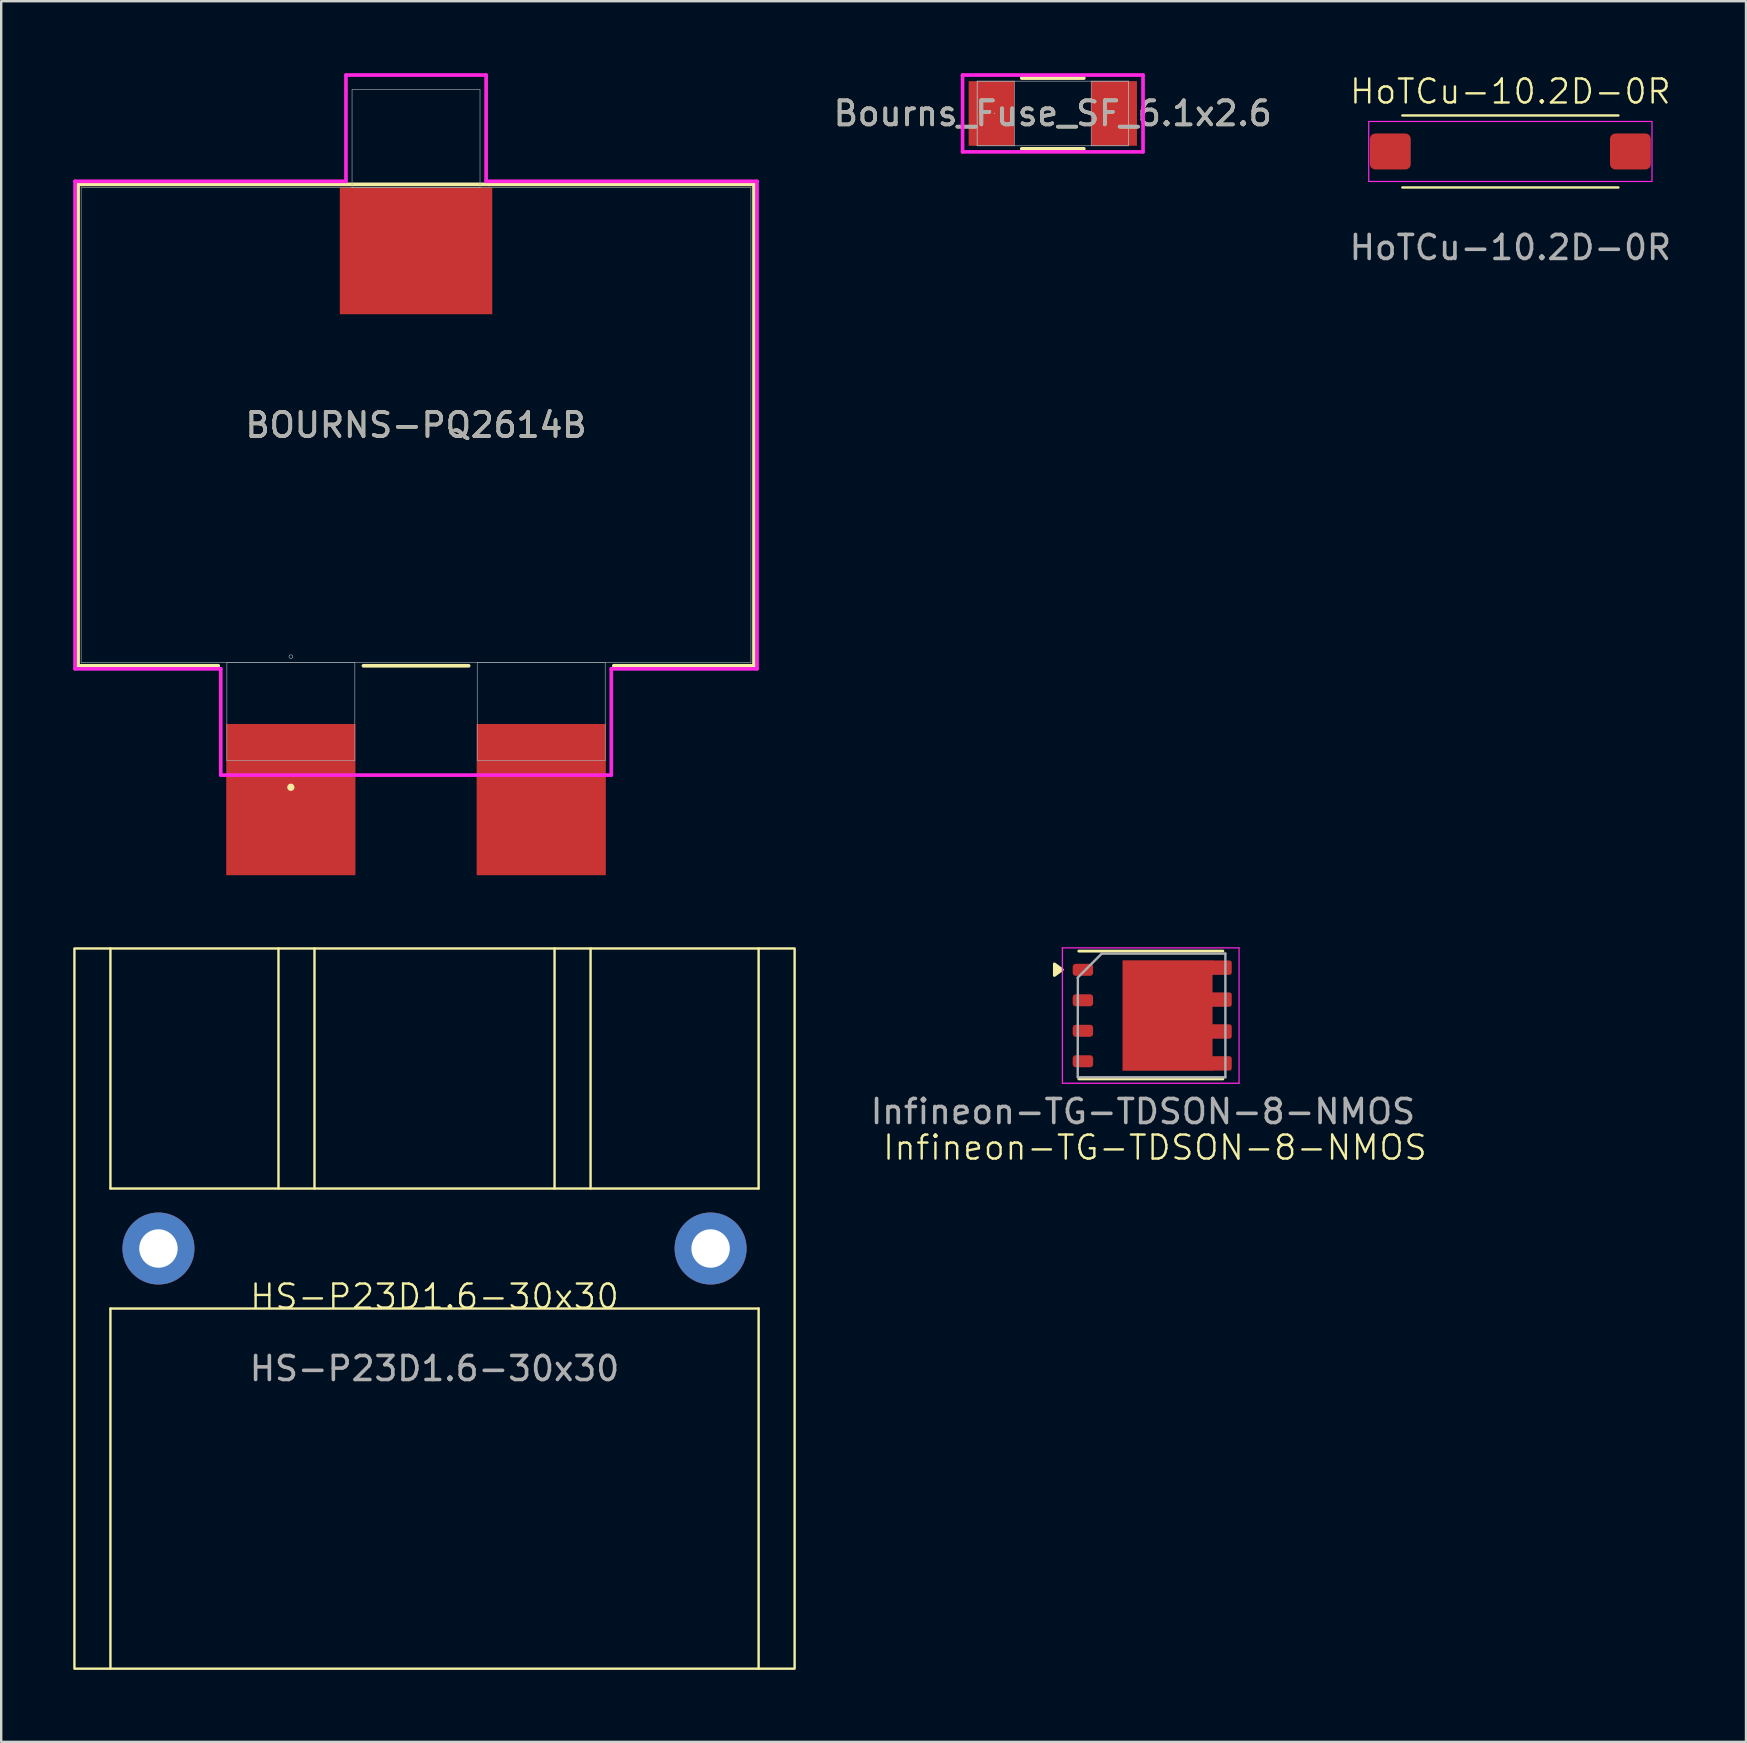
<source format=kicad_pcb>
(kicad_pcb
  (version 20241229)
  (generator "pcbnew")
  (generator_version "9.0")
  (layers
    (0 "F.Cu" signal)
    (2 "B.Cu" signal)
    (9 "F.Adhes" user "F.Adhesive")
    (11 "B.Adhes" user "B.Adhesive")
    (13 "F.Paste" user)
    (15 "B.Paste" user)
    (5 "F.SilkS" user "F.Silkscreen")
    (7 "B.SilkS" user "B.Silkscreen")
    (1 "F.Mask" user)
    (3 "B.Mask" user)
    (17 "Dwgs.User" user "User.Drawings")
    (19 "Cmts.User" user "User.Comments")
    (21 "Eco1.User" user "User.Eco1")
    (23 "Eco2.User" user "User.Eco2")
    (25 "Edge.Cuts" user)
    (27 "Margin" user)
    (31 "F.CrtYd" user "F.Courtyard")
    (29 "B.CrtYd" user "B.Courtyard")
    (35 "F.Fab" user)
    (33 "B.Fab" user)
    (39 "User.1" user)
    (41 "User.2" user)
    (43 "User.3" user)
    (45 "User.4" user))
  (footprint "BOURNS-PQ2614B"
    (layer "F.Cu")
    (at 14.28 14.656)
    (property "Reference" "BOURNS-PQ2614B" (at 0 0 0) (unlocked yes) (layer "F.SilkS") (effects (font (size 1 1) (thickness 0.15))))
    (attr smd)
    (fp_line (start -14.077 -10.027) (end -14.077 10.027) (stroke (width 0.152) (type solid)) (layer "F.SilkS"))
    (fp_line (start -14.077 10.027) (end -8.238 10.027) (stroke (width 0.152) (type solid)) (layer "F.SilkS"))
    (fp_line (start -2.192 10.027) (end 2.192 10.027) (stroke (width 0.152) (type solid)) (layer "F.SilkS"))
    (fp_line (start 3.023 -10.027) (end -14.077 -10.027) (stroke (width 0.152) (type solid)) (layer "F.SilkS"))
    (fp_line (start 8.238 10.027) (end 14.077 10.027) (stroke (width 0.152) (type solid)) (layer "F.SilkS"))
    (fp_line (start 14.077 -10.027) (end 3.023 -10.027) (stroke (width 0.152) (type solid)) (layer "F.SilkS"))
    (fp_line (start 14.077 10.027) (end 14.077 -10.027) (stroke (width 0.152) (type solid)) (layer "F.SilkS"))
    (fp_circle (center -5.215 15.088) (end -5.139 15.088) (stroke (width 0.152) (type solid)) (fill no) (layer "F.SilkS"))
    (fp_line (start -14.204 -10.154) (end -2.919 -10.154) (stroke (width 0.152) (type solid)) (layer "F.CrtYd"))
    (fp_line (start -14.204 10.154) (end -14.204 -10.154) (stroke (width 0.152) (type solid)) (layer "F.CrtYd"))
    (fp_line (start -14.204 10.154) (end -8.134 10.154) (stroke (width 0.152) (type solid)) (layer "F.CrtYd"))
    (fp_line (start -8.134 10.154) (end -8.134 14.58) (stroke (width 0.152) (type solid)) (layer "F.CrtYd"))
    (fp_line (start -8.134 14.58) (end 8.134 14.58) (stroke (width 0.152) (type solid)) (layer "F.CrtYd"))
    (fp_line (start -2.919 -14.58) (end 2.919 -14.58) (stroke (width 0.152) (type solid)) (layer "F.CrtYd"))
    (fp_line (start -2.919 -10.154) (end -2.919 -14.58) (stroke (width 0.152) (type solid)) (layer "F.CrtYd"))
    (fp_line (start 2.919 -10.154) (end 2.919 -14.58) (stroke (width 0.152) (type solid)) (layer "F.CrtYd"))
    (fp_line (start 8.134 10.154) (end 8.134 14.58) (stroke (width 0.152) (type solid)) (layer "F.CrtYd"))
    (fp_line (start 14.204 -10.154) (end 2.919 -10.154) (stroke (width 0.152) (type solid)) (layer "F.CrtYd"))
    (fp_line (start 14.204 -10.154) (end 14.204 10.154) (stroke (width 0.152) (type solid)) (layer "F.CrtYd"))
    (fp_line (start 14.204 10.154) (end 8.134 10.154) (stroke (width 0.152) (type solid)) (layer "F.CrtYd"))
    (fp_line (start -13.95 -9.9) (end -13.95 9.9) (stroke (width 0.025) (type solid)) (layer "F.Fab"))
    (fp_line (start -13.95 9.9) (end 13.95 9.9) (stroke (width 0.025) (type solid)) (layer "F.Fab"))
    (fp_line (start -7.88 9.9) (end -7.88 13.97) (stroke (width 0.025) (type solid)) (layer "F.Fab"))
    (fp_line (start -7.88 13.97) (end -2.55 13.97) (stroke (width 0.025) (type solid)) (layer "F.Fab"))
    (fp_line (start -2.665 -13.97) (end -2.665 -9.9) (stroke (width 0.025) (type solid)) (layer "F.Fab"))
    (fp_line (start -2.665 -9.9) (end 2.665 -9.9) (stroke (width 0.025) (type solid)) (layer "F.Fab"))
    (fp_line (start -2.55 9.9) (end -7.88 9.9) (stroke (width 0.025) (type solid)) (layer "F.Fab"))
    (fp_line (start -2.55 13.97) (end -2.55 9.9) (stroke (width 0.025) (type solid)) (layer "F.Fab"))
    (fp_line (start 2.55 9.9) (end 2.55 13.97) (stroke (width 0.025) (type solid)) (layer "F.Fab"))
    (fp_line (start 2.55 13.97) (end 7.88 13.97) (stroke (width 0.025) (type solid)) (layer "F.Fab"))
    (fp_line (start 2.665 -13.97) (end -2.665 -13.97) (stroke (width 0.025) (type solid)) (layer "F.Fab"))
    (fp_line (start 2.665 -9.9) (end 2.665 -13.97) (stroke (width 0.025) (type solid)) (layer "F.Fab"))
    (fp_line (start 7.88 9.9) (end 2.55 9.9) (stroke (width 0.025) (type solid)) (layer "F.Fab"))
    (fp_line (start 7.88 13.97) (end 7.88 9.9) (stroke (width 0.025) (type solid)) (layer "F.Fab"))
    (fp_line (start 13.95 -9.9) (end -13.95 -9.9) (stroke (width 0.025) (type solid)) (layer "F.Fab"))
    (fp_line (start 13.95 9.9) (end 13.95 -9.9) (stroke (width 0.025) (type solid)) (layer "F.Fab"))
    (fp_circle (center -5.215 9.646) (end -5.139 9.646) (stroke (width 0.025) (type solid)) (fill no) (layer "F.Fab"))
    (fp_text user "${REFERENCE}" (at 0 0 0) (unlocked yes) (layer "F.Fab") (effects (font (size 1 1) (thickness 0.15))))
    (pad "1" smd rect (at -5.215 15.601) (size 5.381 6.301) (layers "F.Cu" "F.Mask" "F.Paste"))
    (pad "2" smd rect (at 5.215 15.601) (size 5.381 6.301) (layers "F.Cu" "F.Mask" "F.Paste"))
    (pad "3" smd rect (at 0 -7.258) (size 6.35 5.283) (layers "F.Cu" "F.Mask" "F.Paste")))
  (footprint "Infineon-TG-TDSON-8-NMOS"
    (layer "F.Cu")
    (at 45.558 39.252)
    (property "Reference" "Infineon-TG-TDSON-8-NMOS" (at -0.5 5.5 0) (unlocked yes) (layer "F.SilkS") (effects (font (size 1 1) (thickness 0.1))))
    (attr through_hole)
    (fp_line (start 2.33 -2.685) (end -3.67 -2.685) (stroke (width 0.12) (type solid)) (layer "F.SilkS"))
    (fp_line (start 2.33 2.64) (end -3.67 2.64) (stroke (width 0.12) (type solid)) (layer "F.SilkS"))
    (fp_poly (pts (xy -4.357 -1.91) (xy -4.687 -1.67) (xy -4.687 -2.15) (xy -4.357 -1.91)) (stroke (width 0.12) (type solid)) (fill yes) (layer "F.SilkS"))
    (fp_line (start -4.355 -2.82) (end 3.005 -2.82) (stroke (width 0.05) (type solid)) (layer "F.CrtYd"))
    (fp_line (start -4.355 2.82) (end -4.355 -2.82) (stroke (width 0.05) (type solid)) (layer "F.CrtYd"))
    (fp_line (start 3.005 -2.82) (end 3.005 2.82) (stroke (width 0.05) (type solid)) (layer "F.CrtYd"))
    (fp_line (start 3.005 2.82) (end -4.355 2.82) (stroke (width 0.05) (type solid)) (layer "F.CrtYd"))
    (fp_line (start -3.71 -1.57) (end -3.715 2.56) (stroke (width 0.1) (type solid)) (layer "F.Fab"))
    (fp_line (start -2.72 -2.575) (end -3.72 -1.575) (stroke (width 0.1) (type solid)) (layer "F.Fab"))
    (fp_line (start -2.715 -2.58) (end 2.435 -2.58) (stroke (width 0.1) (type solid)) (layer "F.Fab"))
    (fp_line (start 2.435 -2.58) (end 2.435 2.57) (stroke (width 0.1) (type solid)) (layer "F.Fab"))
    (fp_line (start 2.435 2.57) (end -3.715 2.57) (stroke (width 0.1) (type solid)) (layer "F.Fab"))
    (fp_text user "${REFERENCE}" (at -1 4 180) (layer "F.Fab") (effects (font (size 1 1) (thickness 0.15))))
    (pad "" smd rect (at -1.225 -1.725) (size 0.9 0.9) (layers "F.Paste"))
    (pad "" smd rect (at -1.225 -0.575) (size 0.9 0.9) (layers "F.Paste"))
    (pad "" smd rect (at -1.225 0.575) (size 0.9 0.9) (layers "F.Paste"))
    (pad "" smd rect (at -1.225 1.725) (size 0.9 0.9) (layers "F.Paste"))
    (pad "" smd rect (at 0 -1.725) (size 0.9 0.9) (layers "F.Paste"))
    (pad "" smd rect (at 0 -0.575) (size 0.9 0.9) (layers "F.Paste"))
    (pad "" smd rect (at 0 0.575) (size 0.9 0.9) (layers "F.Paste"))
    (pad "" smd rect (at 0 1.725) (size 0.9 0.9) (layers "F.Paste"))
    (pad "" smd rect (at 1.2 -1.725) (size 0.9 0.9) (layers "F.Paste"))
    (pad "" smd rect (at 1.2 -0.575) (size 0.9 0.9) (layers "F.Paste"))
    (pad "" smd rect (at 1.2 0.575) (size 0.9 0.9) (layers "F.Paste"))
    (pad "" smd rect (at 1.2 1.725) (size 0.9 0.9) (layers "F.Paste"))
    (pad "D" smd rect (at 0.025 0) (size 3.75 4.6) (layers "F.Cu" "F.Mask"))
    (pad "D" smd roundrect (at 2.25 -1.995) (size 0.9 0.6) (layers "F.Cu" "F.Mask" "F.Paste") (roundrect_rratio 0.167))
    (pad "D" smd roundrect (at 2.25 -0.665) (size 0.9 0.6) (layers "F.Cu" "F.Mask" "F.Paste") (roundrect_rratio 0.167))
    (pad "D" smd roundrect (at 2.25 0.665) (size 0.9 0.6) (layers "F.Cu" "F.Mask" "F.Paste") (roundrect_rratio 0.167))
    (pad "D" smd roundrect (at 2.25 1.995) (size 0.9 0.6) (layers "F.Cu" "F.Mask" "F.Paste") (roundrect_rratio 0.167))
    (pad "G" smd roundrect (at -3.5 1.905) (size 0.85 0.5) (layers "F.Cu" "F.Mask" "F.Paste") (roundrect_rratio 0.25))
    (pad "S" smd roundrect (at -3.5 -1.905) (size 0.85 0.5) (layers "F.Cu" "F.Mask" "F.Paste") (roundrect_rratio 0.25))
    (pad "S" smd roundrect (at -3.5 -0.635) (size 0.85 0.5) (layers "F.Cu" "F.Mask" "F.Paste") (roundrect_rratio 0.25))
    (pad "S" smd roundrect (at -3.5 0.635) (size 0.85 0.5) (layers "F.Cu" "F.Mask" "F.Paste") (roundrect_rratio 0.25)))
  (footprint "HoTCu-10.2D-0R"
    (layer "F.Cu")
    (at 59.864 3.26)
    (property "Reference" "HoTCu-10.2D-0R" (at 0 -2.5 0) (unlocked yes) (layer "F.SilkS") (effects (font (size 1 1) (thickness 0.1))))
    (attr through_hole)
    (fp_line (start -4.5 -1.5) (end 4.5 -1.5) (stroke (width 0.1) (type default)) (layer "F.SilkS"))
    (fp_line (start -4.5 1.5) (end 4.5 1.5) (stroke (width 0.1) (type default)) (layer "F.SilkS"))
    (fp_rect (start -5.9 -1.25) (end 5.9 1.25) (stroke (width 0.05) (type solid)) (fill no) (layer "F.CrtYd"))
    (fp_text user "${REFERENCE}" (at 0 4 0) (unlocked yes) (layer "F.Fab") (effects (font (size 1 1) (thickness 0.15))))
    (pad "1" smd roundrect (at -5 0) (size 1.7 1.5) (layers "F.Cu" "F.Mask" "F.Paste") (roundrect_rratio 0.15))
    (pad "2" smd roundrect (at 5 0) (size 1.7 1.5) (layers "F.Cu" "F.Mask" "F.Paste") (roundrect_rratio 0.15)))
  (footprint "HS-P23D1.6-30x30"
    (layer "F.Cu")
    (at 15.05 51.457)
    (property "Reference" "HS-P23D1.6-30x30" (at 0 -0.5 0) (unlocked yes) (layer "F.SilkS") (effects (font (size 1 1) (thickness 0.1))))
    (attr through_hole)
    (fp_line (start -13.5 -15) (end -13.5 -5) (stroke (width 0.1) (type default)) (layer "F.SilkS"))
    (fp_line (start -13.5 -5) (end 13.5 -5) (stroke (width 0.1) (type default)) (layer "F.SilkS"))
    (fp_line (start -13.5 0) (end 13.5 0) (stroke (width 0.1) (type default)) (layer "F.SilkS"))
    (fp_line (start -13.5 15) (end -13.5 0) (stroke (width 0.1) (type default)) (layer "F.SilkS"))
    (fp_line (start -6.5 -15) (end -6.5 -5) (stroke (width 0.1) (type default)) (layer "F.SilkS"))
    (fp_line (start -5 -15) (end -5 -5) (stroke (width 0.1) (type default)) (layer "F.SilkS"))
    (fp_line (start 5 -15) (end 5 -5) (stroke (width 0.1) (type default)) (layer "F.SilkS"))
    (fp_line (start 6.5 -15) (end 6.5 -5) (stroke (width 0.1) (type default)) (layer "F.SilkS"))
    (fp_line (start 13.5 -5) (end 13.5 -15) (stroke (width 0.1) (type default)) (layer "F.SilkS"))
    (fp_line (start 13.5 0) (end 13.5 15) (stroke (width 0.1) (type default)) (layer "F.SilkS"))
    (fp_rect (start -15 -15) (end 15 15) (stroke (width 0.1) (type default)) (fill no) (layer "F.SilkS"))
    (fp_text user "${REFERENCE}" (at 0 2.5 0) (unlocked yes) (layer "F.Fab") (effects (font (size 1 1) (thickness 0.15))))
    (pad "1" thru_hole circle (at -11.5 -2.5) (size 3 3) (drill 1.6) (layers "*.Cu" "*.Mask"))
    (pad "2" thru_hole circle (at 11.5 -2.5) (size 3 3) (drill 1.6) (layers "*.Cu" "*.Mask")))
  (footprint "Bourns_Fuse_SF_6.1x2.6"
    (layer "F.Cu")
    (at 40.804 1.676)
    (property "Reference" "Bourns_Fuse_SF_6.1x2.6" (at 0 0 0) (unlocked yes) (layer "F.SilkS") (effects (font (size 1 1) (thickness 0.15))))
    (attr smd)
    (fp_line (start -1.293 1.473) (end 1.293 1.473) (stroke (width 0.152) (type solid)) (layer "F.SilkS"))
    (fp_line (start 1.293 -1.473) (end -1.293 -1.473) (stroke (width 0.152) (type solid)) (layer "F.SilkS"))
    (fp_line (start -3.759 -1.6) (end 3.759 -1.6) (stroke (width 0.152) (type solid)) (layer "F.CrtYd"))
    (fp_line (start -3.759 1.6) (end -3.759 -1.6) (stroke (width 0.152) (type solid)) (layer "F.CrtYd"))
    (fp_line (start 3.759 -1.6) (end 3.759 1.6) (stroke (width 0.152) (type solid)) (layer "F.CrtYd"))
    (fp_line (start 3.759 1.6) (end -3.759 1.6) (stroke (width 0.152) (type solid)) (layer "F.CrtYd"))
    (fp_line (start -3.15 -1.346) (end -3.15 1.346) (stroke (width 0.025) (type solid)) (layer "F.Fab"))
    (fp_line (start -3.15 -1.346) (end -3.15 1.346) (stroke (width 0.025) (type solid)) (layer "F.Fab"))
    (fp_line (start -3.15 1.346) (end -1.6 1.346) (stroke (width 0.025) (type solid)) (layer "F.Fab"))
    (fp_line (start -3.15 1.346) (end 3.15 1.346) (stroke (width 0.025) (type solid)) (layer "F.Fab"))
    (fp_line (start -1.6 -1.346) (end -3.15 -1.346) (stroke (width 0.025) (type solid)) (layer "F.Fab"))
    (fp_line (start -1.6 1.346) (end -1.6 -1.346) (stroke (width 0.025) (type solid)) (layer "F.Fab"))
    (fp_line (start 1.6 -1.346) (end 1.6 1.346) (stroke (width 0.025) (type solid)) (layer "F.Fab"))
    (fp_line (start 1.6 1.346) (end 3.15 1.346) (stroke (width 0.025) (type solid)) (layer "F.Fab"))
    (fp_line (start 3.15 -1.346) (end -3.15 -1.346) (stroke (width 0.025) (type solid)) (layer "F.Fab"))
    (fp_line (start 3.15 -1.346) (end 1.6 -1.346) (stroke (width 0.025) (type solid)) (layer "F.Fab"))
    (fp_line (start 3.15 1.346) (end 3.15 -1.346) (stroke (width 0.025) (type solid)) (layer "F.Fab"))
    (fp_line (start 3.15 1.346) (end 3.15 -1.346) (stroke (width 0.025) (type solid)) (layer "F.Fab"))
    (fp_circle (center -2.426 0) (end -2.426 0) (stroke (width 0.025) (type solid)) (fill no) (layer "F.Fab"))
    (fp_text user "${REFERENCE}" (at 0 0 0) (unlocked yes) (layer "F.Fab") (effects (font (size 1 1) (thickness 0.15))))
    (pad "1" smd rect (at -2.553 0) (size 1.905 2.692) (layers "F.Cu" "F.Mask" "F.Paste"))
    (pad "2" smd rect (at 2.553 0) (size 1.905 2.692) (layers "F.Cu" "F.Mask" "F.Paste"))
    (zone (net_name "") (layer "F.Cu") (hatch full 0.508) (connect_pads) (min_thickness 0.254) (filled_areas_thickness no) (keepout (tracks not_allowed) (vias not_allowed) (pads allowed) (copperpour not_allowed) (footprints allowed)) (placement (enabled no)) (fill) (polygon (pts (xy 39.255 0.381) (xy 42.354 0.381) (xy 42.354 2.972) (xy 39.255 2.972)))))
  (gr_rect
    (start -3 -3)
    (end 69.679 69.507)
    (stroke (width 0.1) (type default))
    (fill no)
    (layer "Edge.Cuts")))
</source>
